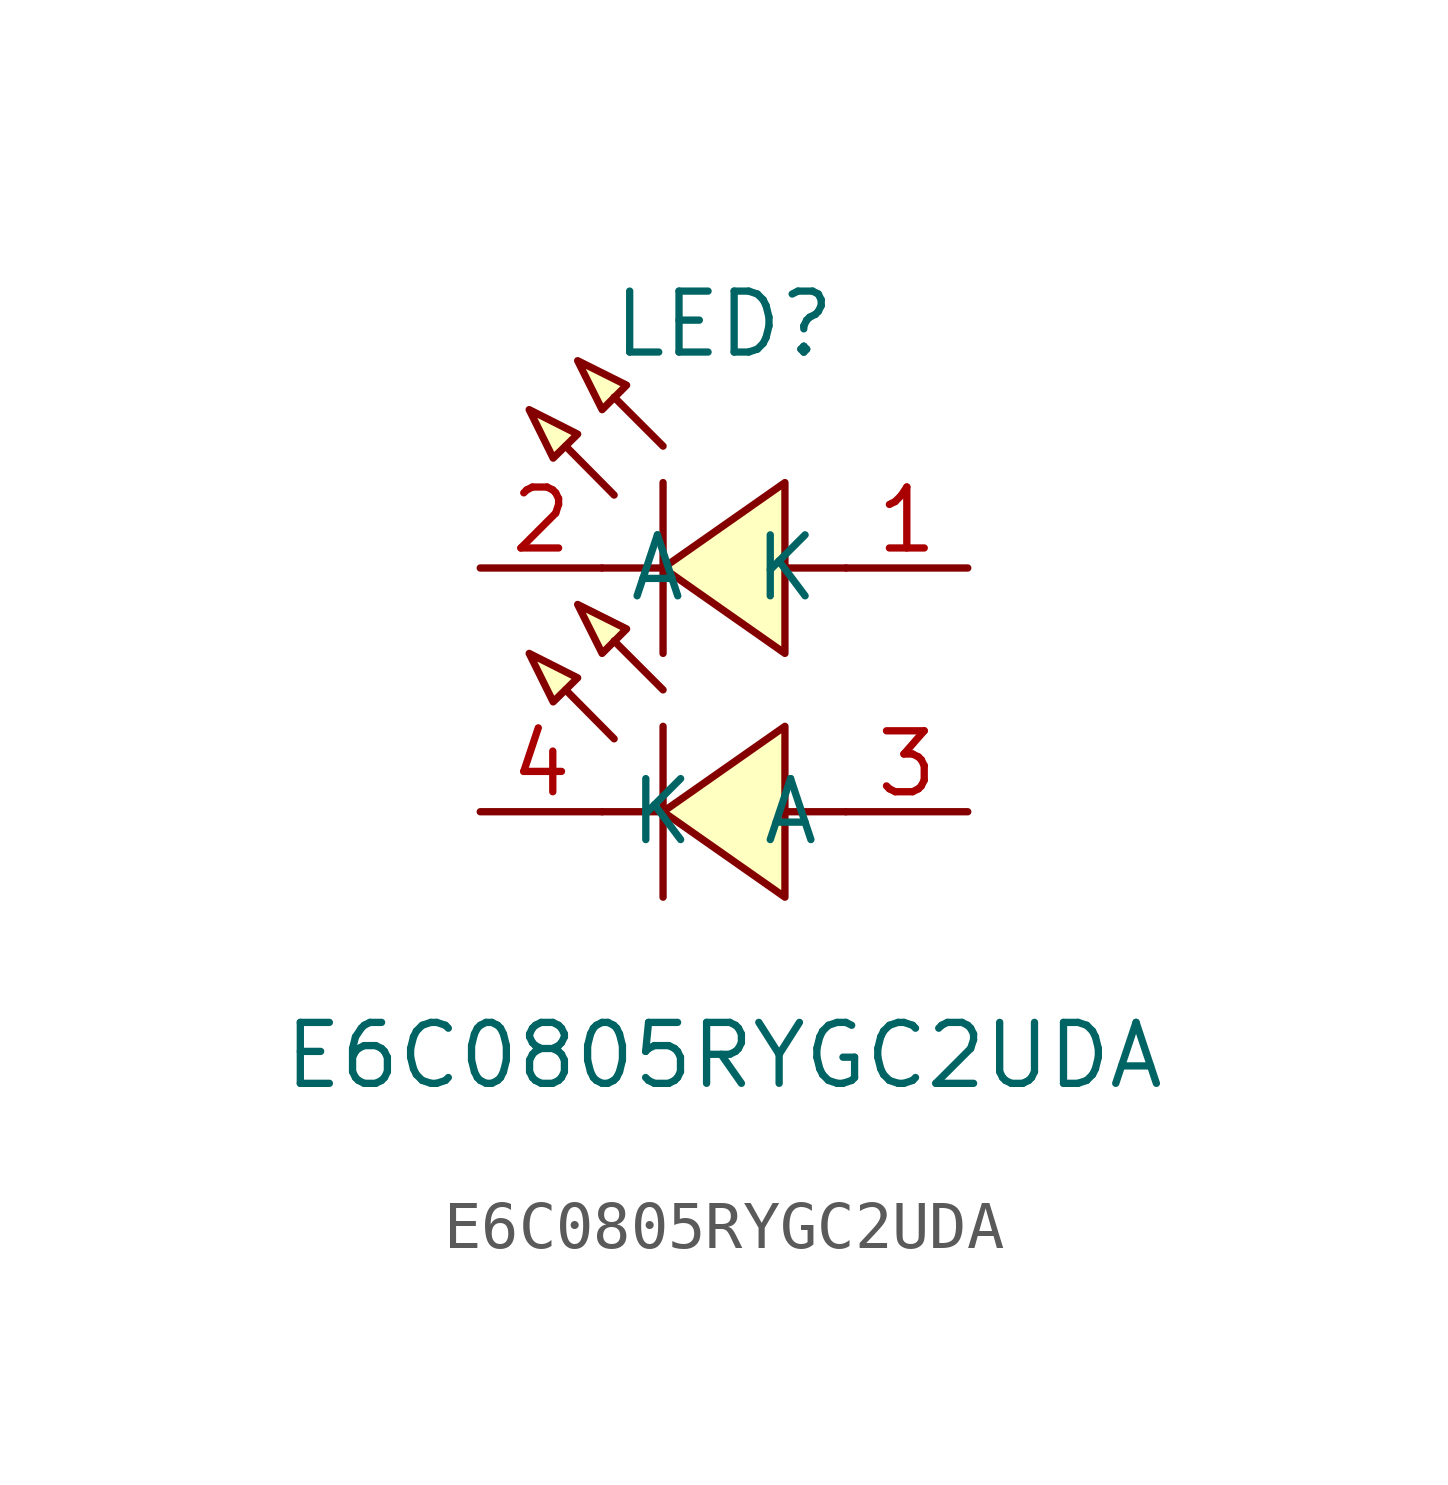
<source format=kicad_sym>
(kicad_symbol_lib
  (version 20211014)
  (generator https://github.com/uPesy/easyeda2kicad.py)
  (symbol "E6C0805RYGC2UDA"
    (property "Reference" "LED"
      (at 0 5.08 0)
      (effects (font (size 1.27 1.27))))
    (property "Value" "E6C0805RYGC2UDA"
      (at 0 -10.16 0)
      (effects (font (size 1.27 1.27))))
    (symbol "E6C0805RYGC2UDA_0_1"
      (polyline (pts (xy -4.06 3.30) (xy -3.05 2.79) (xy -3.56 2.29) (xy -4.06 3.30)) (stroke (width 0) (type default) (color 0 0 0 0)) (fill (type background)))
      (polyline (pts (xy -3.05 4.32) (xy -2.03 3.81) (xy -2.54 3.30) (xy -3.05 4.32)) (stroke (width 0) (type default) (color 0 0 0 0)) (fill (type background)))
      (polyline (pts (xy 1.27 1.78) (xy -1.27 -0.00) (xy 1.27 -1.78) (xy 1.27 1.78)) (stroke (width 0) (type default) (color 0 0 0 0)) (fill (type background)))
      (polyline (pts (xy 1.27 -3.30) (xy -1.27 -5.08) (xy 1.27 -6.86) (xy 1.27 -3.30)) (stroke (width 0) (type default) (color 0 0 0 0)) (fill (type background)))
      (polyline (pts (xy -3.05 -0.76) (xy -2.03 -1.27) (xy -2.54 -1.78) (xy -3.05 -0.76)) (stroke (width 0) (type default) (color 0 0 0 0)) (fill (type background)))
      (polyline (pts (xy -4.06 -1.78) (xy -3.05 -2.29) (xy -3.56 -2.79) (xy -4.06 -1.78)) (stroke (width 0) (type default) (color 0 0 0 0)) (fill (type background)))
      (polyline (pts (xy -2.29 1.52) (xy -3.30 2.54) (xy -2.29 1.52)) (stroke (width 0) (type default) (color 0 0 0 0)) (fill (type background)))
      (polyline (pts (xy -1.27 2.54) (xy -2.29 3.56) (xy -1.27 2.54)) (stroke (width 0) (type default) (color 0 0 0 0)) (fill (type background)))
      (polyline (pts (xy -1.27 -0.00) (xy -2.54 -0.00)) (stroke (width 0) (type default) (color 0 0 0 0)) (fill (type none)))
      (polyline (pts (xy 2.54 -0.00) (xy 1.27 -0.00)) (stroke (width 0) (type default) (color 0 0 0 0)) (fill (type none)))
      (polyline (pts (xy -1.27 1.78) (xy -1.27 -1.78)) (stroke (width 0) (type default) (color 0 0 0 0)) (fill (type none)))
      (polyline (pts (xy -1.27 -3.30) (xy -1.27 -6.86)) (stroke (width 0) (type default) (color 0 0 0 0)) (fill (type none)))
      (polyline (pts (xy 2.54 -5.08) (xy 1.27 -5.08)) (stroke (width 0) (type default) (color 0 0 0 0)) (fill (type none)))
      (polyline (pts (xy -1.27 -5.08) (xy -2.54 -5.08)) (stroke (width 0) (type default) (color 0 0 0 0)) (fill (type none)))
      (polyline (pts (xy -1.27 -2.54) (xy -2.29 -1.52) (xy -1.27 -2.54)) (stroke (width 0) (type default) (color 0 0 0 0)) (fill (type background)))
      (polyline (pts (xy -2.29 -3.56) (xy -3.30 -2.54) (xy -2.29 -3.56)) (stroke (width 0) (type default) (color 0 0 0 0)) (fill (type background)))
      (pin unspecified line (at 5.08 -0.00 180) (length 2.54) (name "K" (effects (font (size 1.27 1.27)))) (number "1" (effects (font (size 1.27 1.27)))))
      (pin unspecified line (at -5.08 -0.00 0) (length 2.54) (name "A" (effects (font (size 1.27 1.27)))) (number "2" (effects (font (size 1.27 1.27)))))
      (pin unspecified line (at 5.08 -5.08 180) (length 2.54) (name "A" (effects (font (size 1.27 1.27)))) (number "3" (effects (font (size 1.27 1.27)))))
      (pin unspecified line (at -5.08 -5.08 0) (length 2.54) (name "K" (effects (font (size 1.27 1.27)))) (number "4" (effects (font (size 1.27 1.27))))))))
</source>
